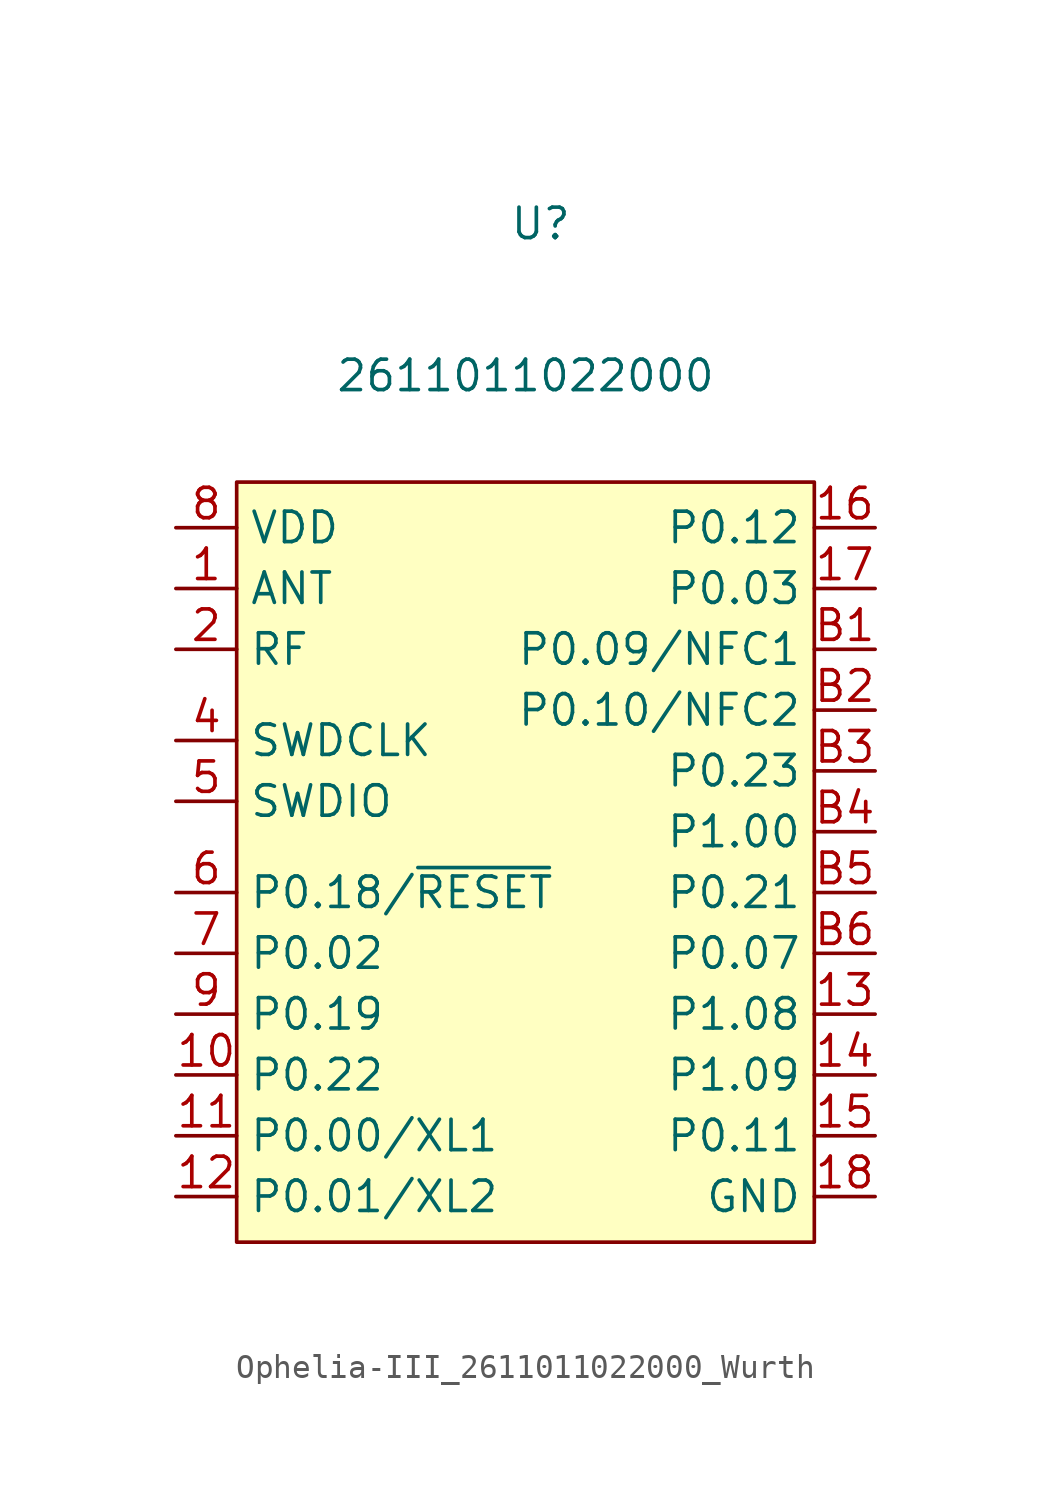
<source format=kicad_sym>
(kicad_symbol_lib
  (version 20241209)
  (generator "kicad_symbol_editor")
  (generator_version "9.0")
  (symbol "Ophelia-III_2611011022000_Wurth"
    (property "Reference" "U"
      (at 0 27.94 0)
      (effects (font (size 1.27 1.27))))
    (property "Value" "2611011022000"
      (at -0.635 21.59 0)
      (effects (font (size 1.27 1.27))))
    (symbol "Ophelia-III_2611011022000_Wurth_0_0"
      (pin unspecified line (at -15.24 15.24 0) (length 2.54) (name "VDD" (effects (font (size 1.27 1.27)))) (number "8" (effects (font (size 1.27 1.27)))))
      (pin unspecified line (at -15.24 12.7 0) (length 2.54) (name "ANT" (effects (font (size 1.27 1.27)))) (number "1" (effects (font (size 1.27 1.27)))))
      (pin unspecified line (at -15.24 10.16 0) (length 2.54) (name "RF" (effects (font (size 1.27 1.27)))) (number "2" (effects (font (size 1.27 1.27)))))
      (pin unspecified line (at -15.24 6.35 0) (length 2.54) (name "SWDCLK" (effects (font (size 1.27 1.27)))) (number "4" (effects (font (size 1.27 1.27)))))
      (pin unspecified line (at -15.24 3.81 0) (length 2.54) (name "SWDIO" (effects (font (size 1.27 1.27)))) (number "5" (effects (font (size 1.27 1.27)))))
      (pin unspecified line (at -15.24 -2.54 0) (length 2.54) (name "P0.02" (effects (font (size 1.27 1.27)))) (number "7" (effects (font (size 1.27 1.27)))))
      (pin unspecified line (at -15.24 -5.08 0) (length 2.54) (name "P0.19" (effects (font (size 1.27 1.27)))) (number "9" (effects (font (size 1.27 1.27)))))
      (pin unspecified line (at -15.24 -7.62 0) (length 2.54) (name "P0.22" (effects (font (size 1.27 1.27)))) (number "10" (effects (font (size 1.27 1.27)))))
      (pin unspecified line (at -15.24 -10.16 0) (length 2.54) (name "P0.00/XL1" (effects (font (size 1.27 1.27)))) (number "11" (effects (font (size 1.27 1.27)))))
      (pin unspecified line (at -15.24 -12.7 0) (length 2.54) (name "P0.01/XL2" (effects (font (size 1.27 1.27)))) (number "12" (effects (font (size 1.27 1.27)))))
      (pin unspecified line (at 13.97 15.24 180) (length 2.54) (name "P0.12" (effects (font (size 1.27 1.27)))) (number "16" (effects (font (size 1.27 1.27)))))
      (pin unspecified line (at 13.97 12.7 180) (length 2.54) (name "P0.03" (effects (font (size 1.27 1.27)))) (number "17" (effects (font (size 1.27 1.27)))))
      (pin unspecified line (at 13.97 10.16 180) (length 2.54) (name "P0.09/NFC1" (effects (font (size 1.27 1.27)))) (number "B1" (effects (font (size 1.27 1.27)))))
      (pin unspecified line (at 13.97 7.62 180) (length 2.54) (name "P0.10/NFC2" (effects (font (size 1.27 1.27)))) (number "B2" (effects (font (size 1.27 1.27)))))
      (pin unspecified line (at 13.97 5.08 180) (length 2.54) (name "P0.23" (effects (font (size 1.27 1.27)))) (number "B3" (effects (font (size 1.27 1.27)))))
      (pin unspecified line (at 13.97 2.54 180) (length 2.54) (name "P1.00" (effects (font (size 1.27 1.27)))) (number "B4" (effects (font (size 1.27 1.27)))))
      (pin unspecified line (at 13.97 0 180) (length 2.54) (name "P0.21" (effects (font (size 1.27 1.27)))) (number "B5" (effects (font (size 1.27 1.27)))))
      (pin unspecified line (at 13.97 -2.54 180) (length 2.54) (name "P0.07" (effects (font (size 1.27 1.27)))) (number "B6" (effects (font (size 1.27 1.27)))))
      (pin unspecified line (at 13.97 -5.08 180) (length 2.54) (name "P1.08" (effects (font (size 1.27 1.27)))) (number "13" (effects (font (size 1.27 1.27)))))
      (pin unspecified line (at 13.97 -7.62 180) (length 2.54) (name "P1.09" (effects (font (size 1.27 1.27)))) (number "14" (effects (font (size 1.27 1.27)))))
      (pin unspecified line (at 13.97 -10.16 180) (length 2.54) (name "P0.11" (effects (font (size 1.27 1.27)))) (number "15" (effects (font (size 1.27 1.27)))))
      (pin unspecified line (at 13.97 -12.7 180) (length 2.54) (name "GND" (effects (font (size 1.27 1.27)))) (number "18" (effects (font (size 1.27 1.27))))))
    (symbol "Ophelia-III_2611011022000_Wurth_1_0"
      (pin unspecified line (at -15.24 0 0) (length 2.54) (name "P0.18/~{RESET}" (effects (font (size 1.27 1.27)))) (number "6" (effects (font (size 1.27 1.27)))))
      (pin unspecified line (at 13.97 -12.7 180) (length 2.54) (hide yes) (name "GND" (effects (font (size 1.27 1.27)))) (number "3" (effects (font (size 1.27 1.27))))))
    (symbol "Ophelia-III_2611011022000_Wurth_1_1"
      (rectangle (start -12.7 17.145) (end 11.43 -14.605) (stroke (width 0) (type default)) (fill (type background))))))
</source>
